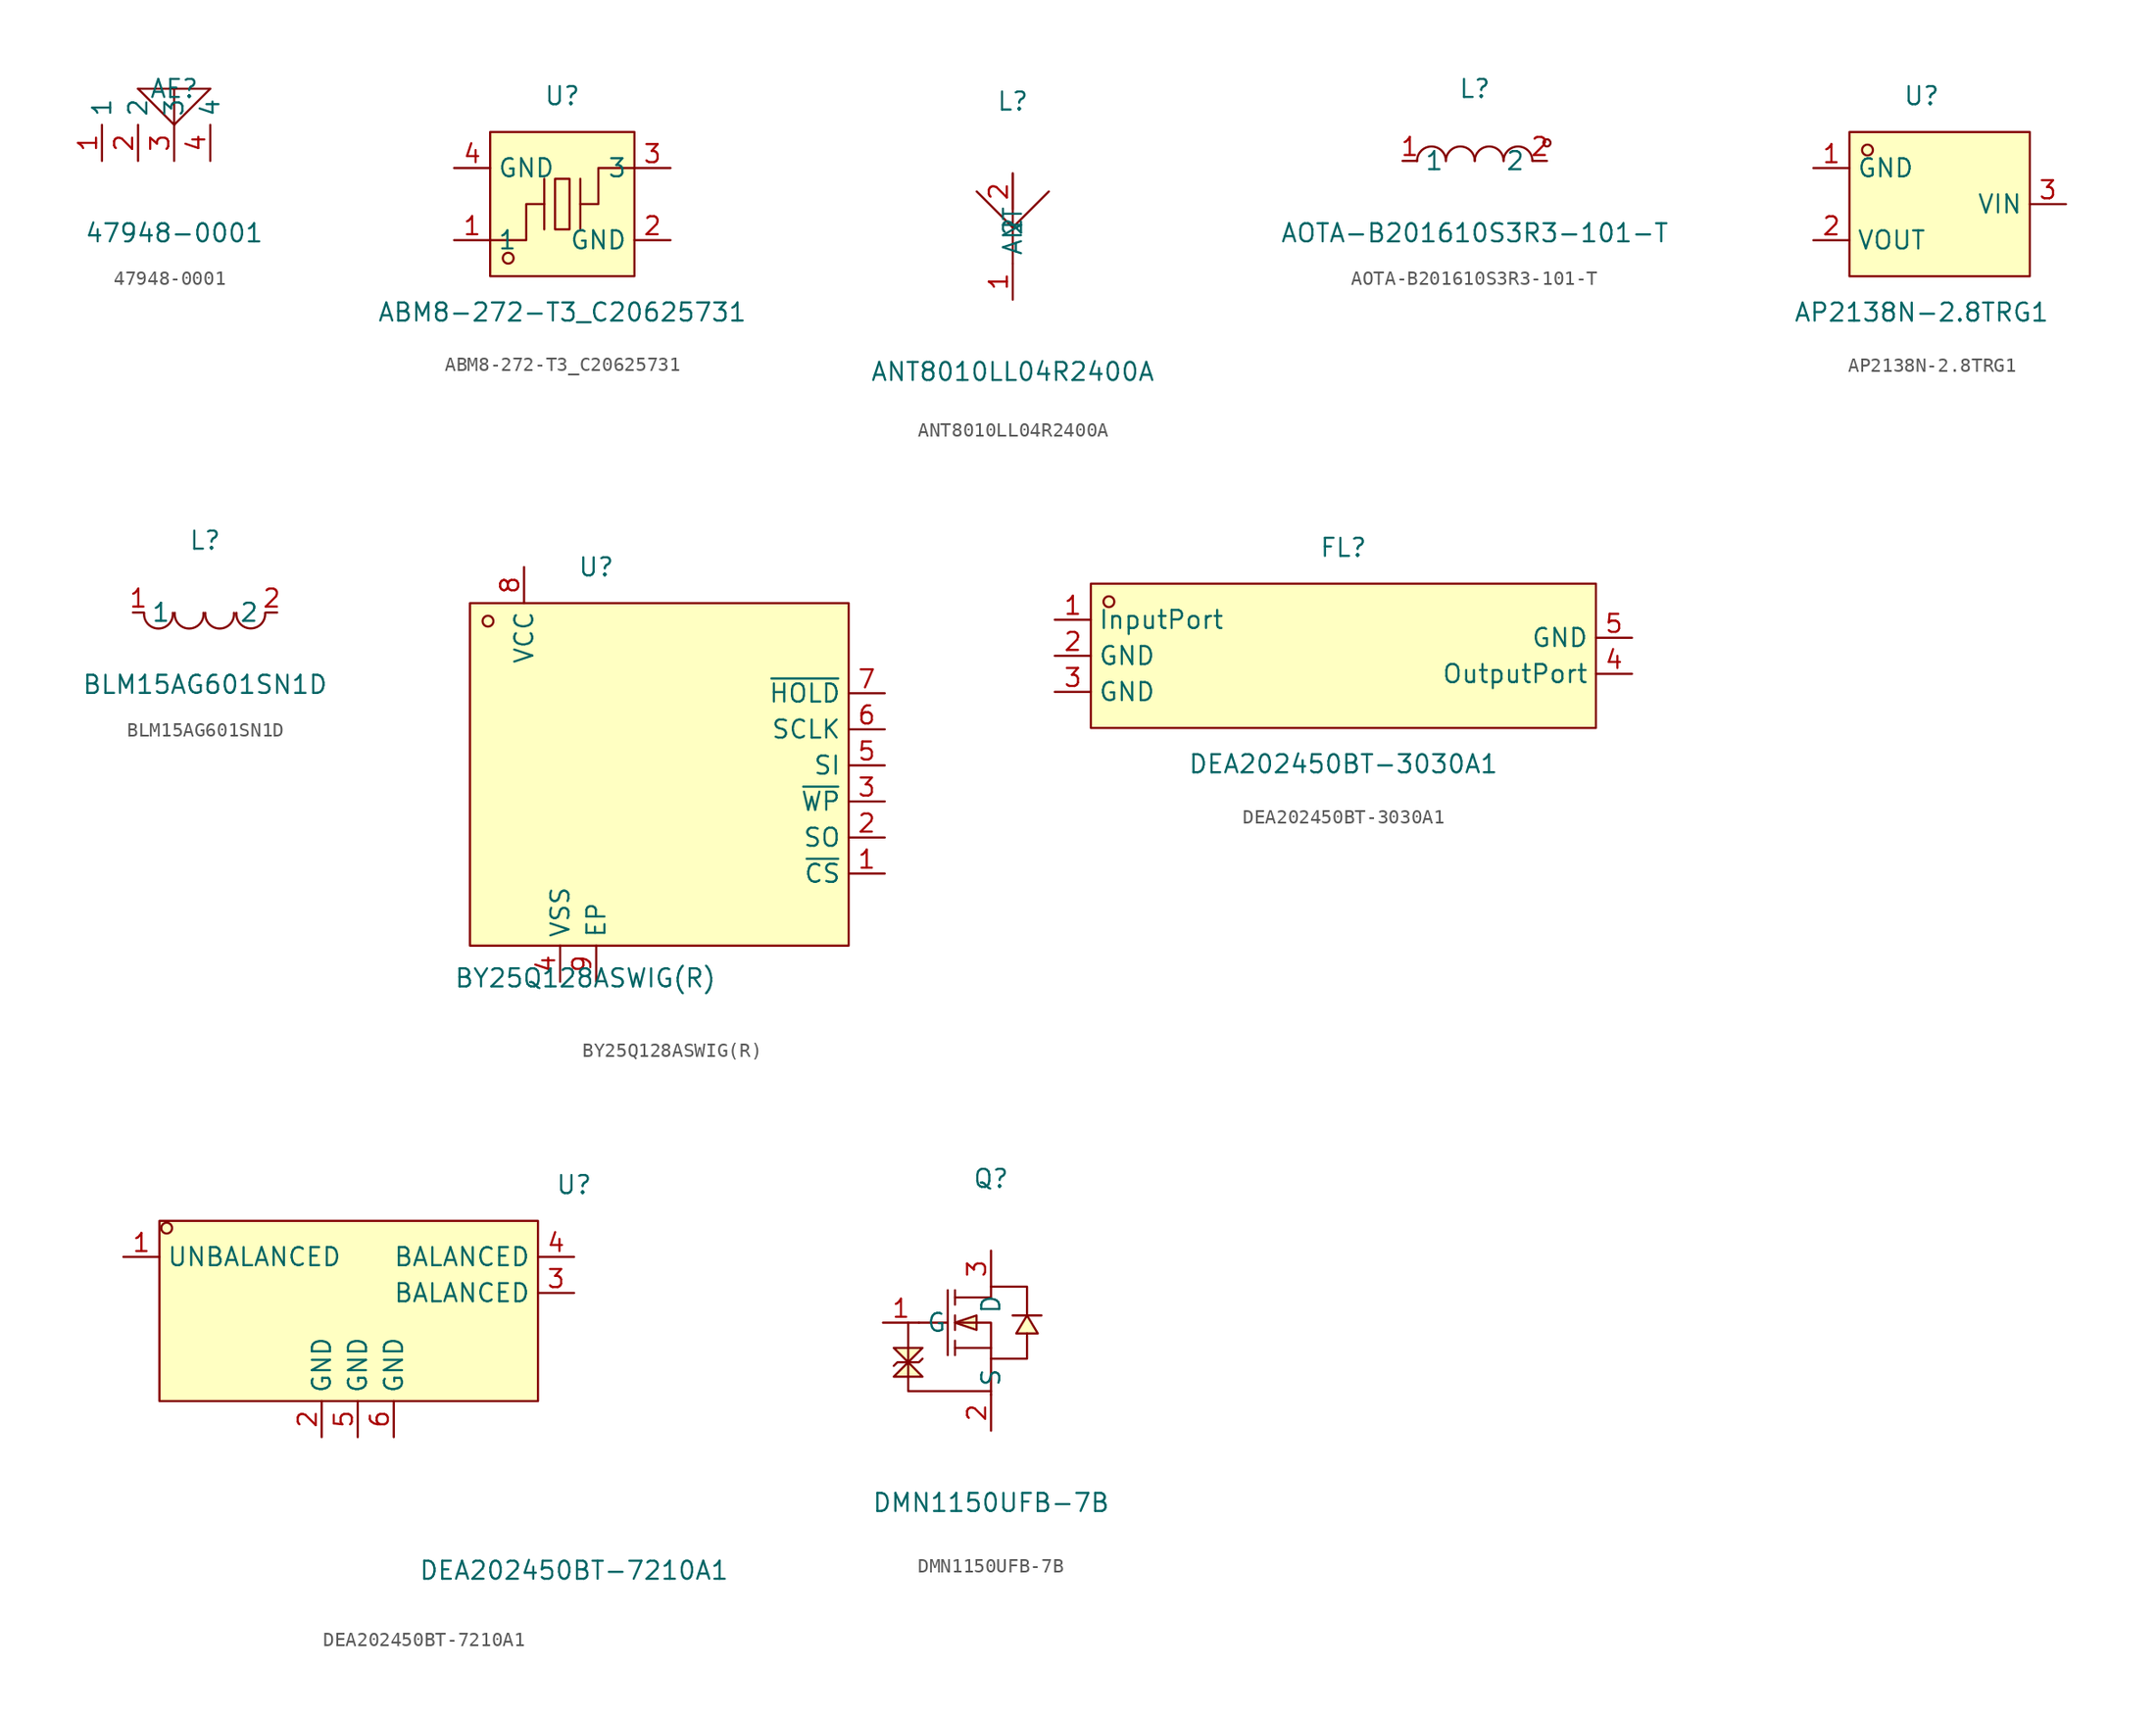
<source format=kicad_sym>
(kicad_symbol_lib
  (version 20241209)
  (generator "kicad_symbol_editor")
  (generator_version "9.0")
  (symbol "47948-0001"
    (property "Reference" "AE"
      (at 0 2.54 0)
      (effects (font (size 1.27 1.27))))
    (property "Value" "47948-0001"
      (at 0 -7.62 0)
      (effects (font (size 1.27 1.27))))
    (symbol "47948-0001_0_1"
      (polyline (pts (xy -2.54 2.54) (xy 0 2.54) (xy 2.54 2.54)) (stroke (width 0) (type default)) (fill (type none)))
      (polyline (pts (xy 0 2.54) (xy 0 0)) (stroke (width 0) (type default)) (fill (type none)))
      (polyline (pts (xy 0 0) (xy -2.54 2.54)) (stroke (width 0) (type default)) (fill (type none)))
      (polyline (pts (xy 2.54 2.54) (xy 0 0)) (stroke (width 0) (type default)) (fill (type none)))
      (pin unspecified line (at -5.08 -2.54 90) (length 2.54) (name "1" (effects (font (size 1.27 1.27)))) (number "1" (effects (font (size 1.27 1.27)))))
      (pin unspecified line (at -2.54 -2.54 90) (length 2.54) (name "2" (effects (font (size 1.27 1.27)))) (number "2" (effects (font (size 1.27 1.27)))))
      (pin unspecified line (at 0 -2.54 90) (length 2.54) (name "3" (effects (font (size 1.27 1.27)))) (number "3" (effects (font (size 1.27 1.27)))))
      (pin unspecified line (at 2.54 -2.54 90) (length 2.54) (name "4" (effects (font (size 1.27 1.27)))) (number "4" (effects (font (size 1.27 1.27)))))))
  (symbol "ABM8-272-T3_C20625731"
    (property "Reference" "U"
      (at 0 7.62 0)
      (effects (font (size 1.27 1.27))))
    (property "Value" "ABM8-272-T3_C20625731"
      (at 0 -7.62 0)
      (effects (font (size 1.27 1.27))))
    (symbol "ABM8-272-T3_C20625731_0_1"
      (rectangle (start -5.08 5.08) (end 5.08 -5.08) (stroke (width 0) (type default)) (fill (type background)))
      (polyline (pts (xy -5.08 -2.54) (xy -2.54 -2.54) (xy -2.54 0) (xy -1.27 0)) (stroke (width 0) (type default)) (fill (type none)))
      (circle (center -3.81 -3.81) (radius 0.38) (stroke (width 0) (type default)) (fill (type none)))
      (polyline (pts (xy -1.27 -1.78) (xy -1.27 1.78)) (stroke (width 0) (type default)) (fill (type none)))
      (rectangle (start -0.51 1.78) (end 0.51 -1.78) (stroke (width 0) (type default)) (fill (type background)))
      (polyline (pts (xy 1.27 -1.78) (xy 1.27 1.78)) (stroke (width 0) (type default)) (fill (type none)))
      (polyline (pts (xy 5.08 2.54) (xy 2.54 2.54) (xy 2.54 0) (xy 1.27 0)) (stroke (width 0) (type default)) (fill (type none)))
      (pin input line (at -7.62 2.54 0) (length 2.54) (name "GND" (effects (font (size 1.27 1.27)))) (number "4" (effects (font (size 1.27 1.27)))))
      (pin input line (at -7.62 -2.54 0) (length 2.54) (name "1" (effects (font (size 1.27 1.27)))) (number "1" (effects (font (size 1.27 1.27)))))
      (pin input line (at 7.62 2.54 180) (length 2.54) (name "3" (effects (font (size 1.27 1.27)))) (number "3" (effects (font (size 1.27 1.27)))))
      (pin input line (at 7.62 -2.54 180) (length 2.54) (name "GND" (effects (font (size 1.27 1.27)))) (number "2" (effects (font (size 1.27 1.27)))))))
  (symbol "ANT8010LL04R2400A"
    (property "Reference" "L"
      (at 0 8.89 0)
      (effects (font (size 1.27 1.27))))
    (property "Value" "ANT8010LL04R2400A"
      (at 0 -10.16 0)
      (effects (font (size 1.27 1.27))))
    (symbol "ANT8010LL04R2400A_0_1"
      (polyline (pts (xy 0 0) (xy -2.54 2.54)) (stroke (width 0) (type default)) (fill (type none)))
      (polyline (pts (xy 0 0) (xy 0 3.81)) (stroke (width 0) (type default)) (fill (type none)))
      (polyline (pts (xy 0 0) (xy 0 -2.54)) (stroke (width 0) (type default)) (fill (type none)))
      (polyline (pts (xy 2.54 2.54) (xy 0 0)) (stroke (width 0) (type default)) (fill (type none)))
      (pin unspecified line (at 0 3.81 270) (length 2.54) (name "2" (effects (font (size 1.27 1.27)))) (number "2" (effects (font (size 1.27 1.27)))))
      (pin unspecified line (at 0 -5.08 90) (length 2.54) (name "ANT" (effects (font (size 1.27 1.27)))) (number "1" (effects (font (size 1.27 1.27)))))))
  (symbol "AOTA-B201610S3R3-101-T"
    (property "Reference" "L"
      (at 0 5.08 0)
      (effects (font (size 1.27 1.27))))
    (property "Value" "AOTA-B201610S3R3-101-T"
      (at 0 -5.08 0)
      (effects (font (size 1.27 1.27))))
    (symbol "AOTA-B201610S3R3-101-T_0_1"
      (arc (start -4.06 -0.01) (mid -2.83 0.99) (end -2.03 0.01) (stroke (width 0) (type default)) (fill (type none)))
      (arc (start -2.03 -0.01) (mid -0.8 0.99) (end 0 0.01) (stroke (width 0) (type default)) (fill (type none)))
      (arc (start 0 -0.01) (mid 1.23 0.99) (end 2.03 0.01) (stroke (width 0) (type default)) (fill (type none)))
      (arc (start 2.03 -0.01) (mid 3.26 0.99) (end 4.06 0.01) (stroke (width 0) (type default)) (fill (type none)))
      (circle (center 5.08 1.27) (radius 0.25) (stroke (width 0) (type default)) (fill (type none)))
      (pin unspecified line (at -5.08 0 0) (length 1.016) (name "1" (effects (font (size 1.27 1.27)))) (number "1" (effects (font (size 1.27 1.27)))))
      (pin unspecified line (at 5.08 0 180) (length 1.016) (name "2" (effects (font (size 1.27 1.27)))) (number "2" (effects (font (size 1.27 1.27)))))))
  (symbol "AP2138N-2.8TRG1"
    (property "Reference" "U"
      (at 0 7.62 0)
      (effects (font (size 1.27 1.27))))
    (property "Value" "AP2138N-2.8TRG1"
      (at 0 -7.62 0)
      (effects (font (size 1.27 1.27))))
    (symbol "AP2138N-2.8TRG1_0_1"
      (rectangle (start -5.08 5.08) (end 7.62 -5.08) (stroke (width 0) (type default)) (fill (type background)))
      (circle (center -3.81 3.81) (radius 0.38) (stroke (width 0) (type default)) (fill (type none)))
      (pin unspecified line (at -7.62 2.54 0) (length 2.54) (name "GND" (effects (font (size 1.27 1.27)))) (number "1" (effects (font (size 1.27 1.27)))))
      (pin unspecified line (at -7.62 -2.54 0) (length 2.54) (name "VOUT" (effects (font (size 1.27 1.27)))) (number "2" (effects (font (size 1.27 1.27)))))
      (pin unspecified line (at 10.16 0 180) (length 2.54) (name "VIN" (effects (font (size 1.27 1.27)))) (number "3" (effects (font (size 1.27 1.27)))))))
  (symbol "BLM15AG601SN1D"
    (property "Reference" "L"
      (at 0 5.08 0)
      (effects (font (size 1.27 1.27))))
    (property "Value" "BLM15AG601SN1D"
      (at 0 -5.08 0)
      (effects (font (size 1.27 1.27))))
    (symbol "BLM15AG601SN1D_0_1"
      (arc (start -2.27 -0.02) (mid -3.28 -1.1324) (end -4.29 -0.02) (stroke (width 0) (type default)) (fill (type none)))
      (arc (start -0.11 -0.02) (mid -1.12 -1.1324) (end -2.13 -0.02) (stroke (width 0) (type default)) (fill (type none)))
      (arc (start 2.04 -0.02) (mid 1.03 -1.1324) (end 0.02 -0.02) (stroke (width 0) (type default)) (fill (type none)))
      (arc (start 4.23 -0.02) (mid 3.22 -1.1231) (end 2.21 -0.02) (stroke (width 0) (type default)) (fill (type none)))
      (pin unspecified line (at -5.08 0 0) (length 0.762) (name "1" (effects (font (size 1.27 1.27)))) (number "1" (effects (font (size 1.27 1.27)))))
      (pin unspecified line (at 5.08 0 180) (length 0.762) (name "2" (effects (font (size 1.27 1.27)))) (number "2" (effects (font (size 1.27 1.27)))))))
  (symbol "BY25Q128ASWIG(R)"
    (property "Reference" "U"
      (at 0 10.16 0)
      (effects (font (size 1.27 1.27))))
    (property "Value" "BY25Q128ASWIG(R)"
      (at -0.762 -18.796 0)
      (effects (font (size 1.27 1.27))))
    (symbol "BY25Q128ASWIG(R)_0_1"
      (rectangle (start -8.89 7.62) (end 17.78 -16.51) (stroke (width 0) (type default)) (fill (type background)))
      (circle (center -7.62 6.35) (radius 0.38) (stroke (width 0) (type default)) (fill (type none)))
      (pin unspecified line (at -5.08 10.16 270) (length 2.54) (name "VCC" (effects (font (size 1.27 1.27)))) (number "8" (effects (font (size 1.27 1.27)))))
      (pin unspecified line (at -2.54 -19.05 90) (length 2.54) (name "VSS" (effects (font (size 1.27 1.27)))) (number "4" (effects (font (size 1.27 1.27)))))
      (pin unspecified line (at 0 -19.05 90) (length 2.54) (name "EP" (effects (font (size 1.27 1.27)))) (number "9" (effects (font (size 1.27 1.27)))))
      (pin unspecified line (at 20.32 1.27 180) (length 2.54) (name "~{HOLD}" (effects (font (size 1.27 1.27)))) (number "7" (effects (font (size 1.27 1.27)))))
      (pin unspecified line (at 20.32 -1.27 180) (length 2.54) (name "SCLK" (effects (font (size 1.27 1.27)))) (number "6" (effects (font (size 1.27 1.27)))))
      (pin unspecified line (at 20.32 -3.81 180) (length 2.54) (name "SI" (effects (font (size 1.27 1.27)))) (number "5" (effects (font (size 1.27 1.27)))))
      (pin unspecified line (at 20.32 -6.35 180) (length 2.54) (name "~{WP}" (effects (font (size 1.27 1.27)))) (number "3" (effects (font (size 1.27 1.27)))))
      (pin unspecified line (at 20.32 -8.89 180) (length 2.54) (name "SO" (effects (font (size 1.27 1.27)))) (number "2" (effects (font (size 1.27 1.27)))))
      (pin unspecified line (at 20.32 -11.43 180) (length 2.54) (name "~{CS}" (effects (font (size 1.27 1.27)))) (number "1" (effects (font (size 1.27 1.27)))))))
  (symbol "DEA202450BT-3030A1"
    (property "Reference" "FL"
      (at 0 7.62 0)
      (effects (font (size 1.27 1.27))))
    (property "Value" "DEA202450BT-3030A1"
      (at 0 -7.62 0)
      (effects (font (size 1.27 1.27))))
    (symbol "DEA202450BT-3030A1_0_1"
      (rectangle (start -17.78 5.08) (end 17.78 -5.08) (stroke (width 0) (type default)) (fill (type background)))
      (circle (center -16.51 3.81) (radius 0.38) (stroke (width 0) (type default)) (fill (type none)))
      (pin unspecified line (at -20.32 2.54 0) (length 2.54) (name "InputPort" (effects (font (size 1.27 1.27)))) (number "1" (effects (font (size 1.27 1.27)))))
      (pin unspecified line (at -20.32 0 0) (length 2.54) (name "GND" (effects (font (size 1.27 1.27)))) (number "2" (effects (font (size 1.27 1.27)))))
      (pin unspecified line (at -20.32 -2.54 0) (length 2.54) (name "GND" (effects (font (size 1.27 1.27)))) (number "3" (effects (font (size 1.27 1.27)))))
      (pin unspecified line (at 20.32 1.27 180) (length 2.54) (name "GND" (effects (font (size 1.27 1.27)))) (number "5" (effects (font (size 1.27 1.27)))))
      (pin unspecified line (at 20.32 -1.27 180) (length 2.54) (name "OutputPort" (effects (font (size 1.27 1.27)))) (number "4" (effects (font (size 1.27 1.27)))))))
  (symbol "DEA202450BT-7210A1"
    (property "Reference" "U"
      (at 0 7.62 0)
      (effects (font (size 1.27 1.27))))
    (property "Value" "DEA202450BT-7210A1"
      (at 0 -19.558 0)
      (effects (font (size 1.27 1.27))))
    (symbol "DEA202450BT-7210A1_0_1"
      (rectangle (start -29.21 5.08) (end -2.54 -7.62) (stroke (width 0) (type default)) (fill (type background)))
      (circle (center -28.7 4.57) (radius 0.38) (stroke (width 0) (type default)) (fill (type none)))
      (pin unspecified line (at -17.78 -10.16 90) (length 2.54) (name "GND" (effects (font (size 1.27 1.27)))) (number "2" (effects (font (size 1.27 1.27)))))
      (pin unspecified line (at -15.24 -10.16 90) (length 2.54) (name "GND" (effects (font (size 1.27 1.27)))) (number "5" (effects (font (size 1.27 1.27)))))
      (pin unspecified line (at -12.7 -10.16 90) (length 2.54) (name "GND" (effects (font (size 1.27 1.27)))) (number "6" (effects (font (size 1.27 1.27))))))
    (symbol "DEA202450BT-7210A1_1_1"
      (pin unspecified line (at -31.75 2.54 0) (length 2.54) (name "UNBALANCED" (effects (font (size 1.27 1.27)))) (number "1" (effects (font (size 1.27 1.27)))))
      (pin unspecified line (at 0 2.54 180) (length 2.54) (name "BALANCED" (effects (font (size 1.27 1.27)))) (number "4" (effects (font (size 1.27 1.27)))))
      (pin unspecified line (at 0 0 180) (length 2.54) (name "BALANCED" (effects (font (size 1.27 1.27)))) (number "3" (effects (font (size 1.27 1.27)))))))
  (symbol "DMN1150UFB-7B"
    (property "Reference" "Q"
      (at 0 10.16 0)
      (effects (font (size 1.27 1.27))))
    (property "Value" "DMN1150UFB-7B"
      (at 0 -12.7 0)
      (effects (font (size 1.27 1.27))))
    (symbol "DMN1150UFB-7B_0_1"
      (polyline (pts (xy -6.86 -3.05) (xy -6.6 -2.79) (xy -5.08 -2.79) (xy -4.83 -2.54)) (stroke (width 0) (type default)) (fill (type none)))
      (polyline (pts (xy -5.84 -2.79) (xy -6.86 -3.81) (xy -4.83 -3.81) (xy -5.84 -2.79) (xy -5.84 -2.79)) (stroke (width 0) (type default)) (fill (type background)))
      (polyline (pts (xy -5.84 -2.79) (xy -4.83 -1.78) (xy -6.86 -1.78) (xy -5.84 -2.79) (xy -5.84 -2.79)) (stroke (width 0) (type default)) (fill (type background)))
      (polyline (pts (xy -5.08 0) (xy -3.05 0)) (stroke (width 0) (type default)) (fill (type none)))
      (polyline (pts (xy -3.05 2.29) (xy -3.05 -2.29)) (stroke (width 0) (type default)) (fill (type none)))
      (polyline (pts (xy -2.54 2.29) (xy -2.54 1.27)) (stroke (width 0) (type default)) (fill (type none)))
      (polyline (pts (xy -2.54 1.78) (xy 0 1.78) (xy 0 2.54) (xy 2.54 2.54) (xy 2.54 0.51)) (stroke (width 0) (type default)) (fill (type none)))
      (polyline (pts (xy -2.54 0) (xy -1.02 -0.51) (xy -1.02 0.51) (xy -2.54 0)) (stroke (width 0) (type default)) (fill (type background)))
      (polyline (pts (xy -2.54 0) (xy 0 0) (xy 0 -2.54) (xy 2.54 -2.54) (xy 2.54 -0.76)) (stroke (width 0) (type default)) (fill (type none)))
      (polyline (pts (xy -2.54 -0.51) (xy -2.54 0.51)) (stroke (width 0) (type default)) (fill (type none)))
      (polyline (pts (xy -2.54 -2.29) (xy -2.54 -1.27)) (stroke (width 0) (type default)) (fill (type none)))
      (polyline (pts (xy 0 -1.78) (xy -2.54 -1.78)) (stroke (width 0) (type default)) (fill (type none)))
      (polyline (pts (xy 0 -2.54) (xy 0 -5.08)) (stroke (width 0) (type default)) (fill (type none)))
      (polyline (pts (xy 0 -4.83) (xy -5.84 -4.83) (xy -5.84 0)) (stroke (width 0) (type default)) (fill (type none)))
      (polyline (pts (xy 2.54 0.51) (xy 1.78 -0.76) (xy 3.3 -0.76) (xy 2.54 0.51)) (stroke (width 0) (type default)) (fill (type background)))
      (polyline (pts (xy 3.56 0.51) (xy 3.05 0.51) (xy 2.03 0.51) (xy 1.52 0.51)) (stroke (width 0) (type default)) (fill (type none)))
      (pin unspecified line (at -7.62 0 0) (length 2.54) (name "G" (effects (font (size 1.27 1.27)))) (number "1" (effects (font (size 1.27 1.27)))))
      (pin unspecified line (at 0 5.08 270) (length 2.54) (name "D" (effects (font (size 1.27 1.27)))) (number "3" (effects (font (size 1.27 1.27)))))
      (pin unspecified line (at 0 -7.62 90) (length 2.54) (name "S" (effects (font (size 1.27 1.27)))) (number "2" (effects (font (size 1.27 1.27))))))))
</source>
